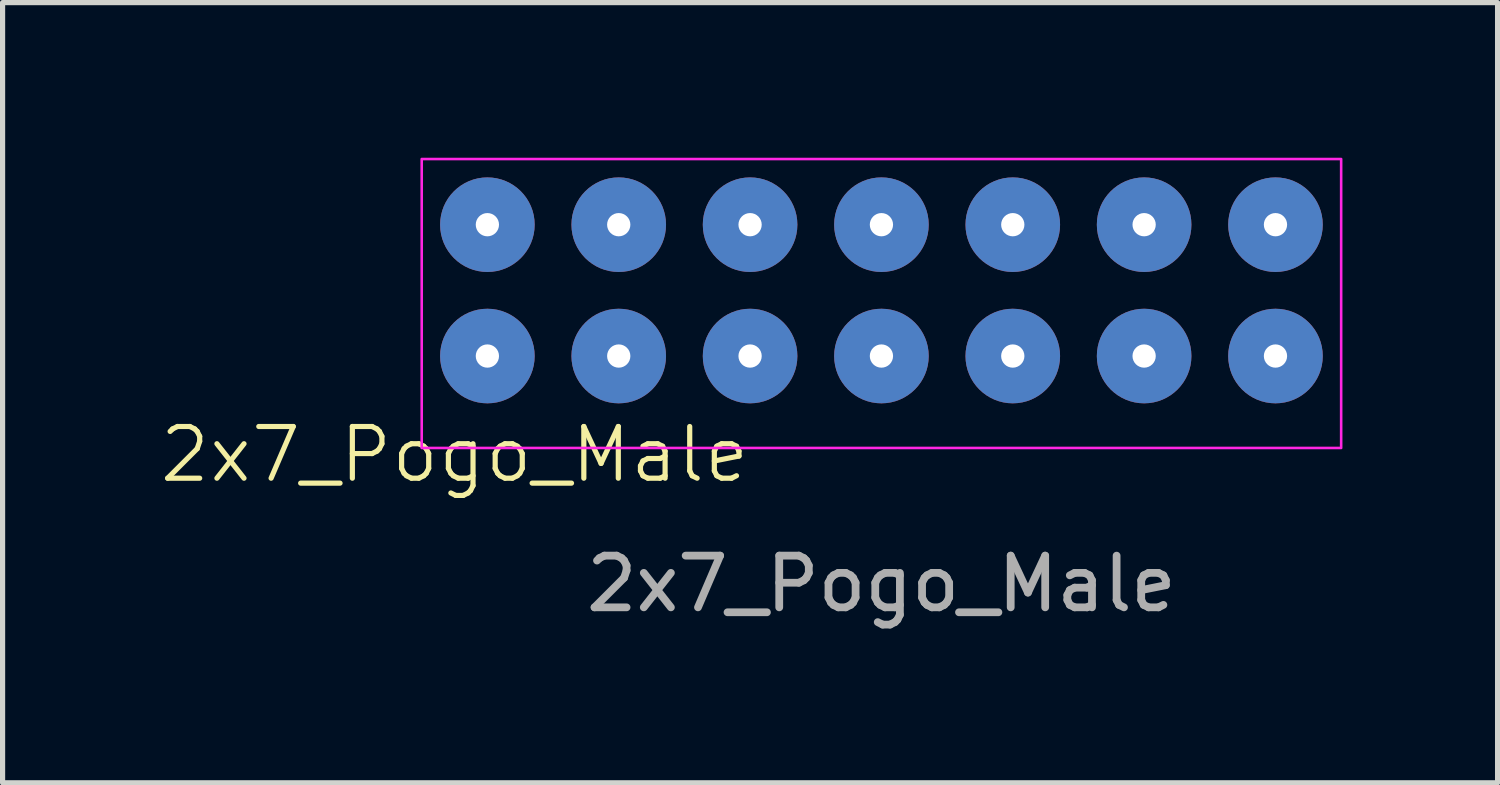
<source format=kicad_pcb>
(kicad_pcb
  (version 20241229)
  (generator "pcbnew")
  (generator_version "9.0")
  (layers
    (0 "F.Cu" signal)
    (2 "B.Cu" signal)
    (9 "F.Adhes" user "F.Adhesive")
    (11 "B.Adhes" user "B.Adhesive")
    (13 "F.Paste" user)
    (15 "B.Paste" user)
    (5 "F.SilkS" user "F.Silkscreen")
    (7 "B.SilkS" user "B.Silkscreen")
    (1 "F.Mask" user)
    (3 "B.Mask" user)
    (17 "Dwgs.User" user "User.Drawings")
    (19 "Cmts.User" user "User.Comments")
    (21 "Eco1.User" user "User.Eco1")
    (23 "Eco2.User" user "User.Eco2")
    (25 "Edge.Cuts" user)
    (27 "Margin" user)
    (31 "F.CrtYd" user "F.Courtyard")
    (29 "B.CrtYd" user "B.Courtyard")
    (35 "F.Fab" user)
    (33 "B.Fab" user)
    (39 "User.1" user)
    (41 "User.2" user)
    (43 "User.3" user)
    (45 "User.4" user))
  (footprint "2x7_Pogo_Male"
    (layer "F.Cu")
    (at 13.995 5.74)
    (property "Reference" "2x7_Pogo_Male" (at -8.255 0 0) (unlocked yes) (layer "F.SilkS") (effects (font (size 1 1) (thickness 0.1))))
    (attr smd)
    (fp_rect (start -8.89 -5.715) (end 8.89 -0.127) (stroke (width 0.05) (type default)) (fill no) (layer "F.CrtYd"))
    (fp_text user "${REFERENCE}" (at 0 2.5 0) (unlocked yes) (layer "F.Fab") (effects (font (size 1 1) (thickness 0.15))))
    (pad "1" thru_hole circle (at -7.62 -4.445) (size 1.829 1.829) (drill 0.45) (layers "*.Cu" "*.Mask"))
    (pad "2" thru_hole circle (at -5.08 -4.445) (size 1.829 1.829) (drill 0.45) (layers "*.Cu" "*.Mask"))
    (pad "3" thru_hole circle (at -2.54 -4.445) (size 1.829 1.829) (drill 0.45) (layers "*.Cu" "*.Mask"))
    (pad "4" thru_hole circle (at 0 -4.445) (size 1.829 1.829) (drill 0.45) (layers "*.Cu" "*.Mask"))
    (pad "5" thru_hole circle (at 2.54 -4.445) (size 1.829 1.829) (drill 0.45) (layers "*.Cu" "*.Mask"))
    (pad "6" thru_hole circle (at 5.08 -4.445) (size 1.829 1.829) (drill 0.45) (layers "*.Cu" "*.Mask"))
    (pad "7" thru_hole circle (at 7.62 -4.445) (size 1.829 1.829) (drill 0.45) (layers "*.Cu" "*.Mask"))
    (pad "8" thru_hole circle (at -7.62 -1.905) (size 1.829 1.829) (drill 0.45) (layers "*.Cu" "*.Mask"))
    (pad "9" thru_hole circle (at -5.08 -1.905) (size 1.829 1.829) (drill 0.45) (layers "*.Cu" "*.Mask"))
    (pad "10" thru_hole circle (at -2.54 -1.905) (size 1.829 1.829) (drill 0.45) (layers "*.Cu" "*.Mask"))
    (pad "11" thru_hole circle (at 0 -1.905) (size 1.829 1.829) (drill 0.45) (layers "*.Cu" "*.Mask"))
    (pad "12" thru_hole circle (at 2.54 -1.905) (size 1.829 1.829) (drill 0.45) (layers "*.Cu" "*.Mask"))
    (pad "13" thru_hole circle (at 5.08 -1.905) (size 1.829 1.829) (drill 0.45) (layers "*.Cu" "*.Mask"))
    (pad "14" thru_hole circle (at 7.62 -1.905) (size 1.829 1.829) (drill 0.45) (layers "*.Cu" "*.Mask")))
  (gr_rect
    (start -3 -3)
    (end 25.91 12.088)
    (stroke (width 0.1) (type default))
    (fill no)
    (layer "Edge.Cuts")))
</source>
